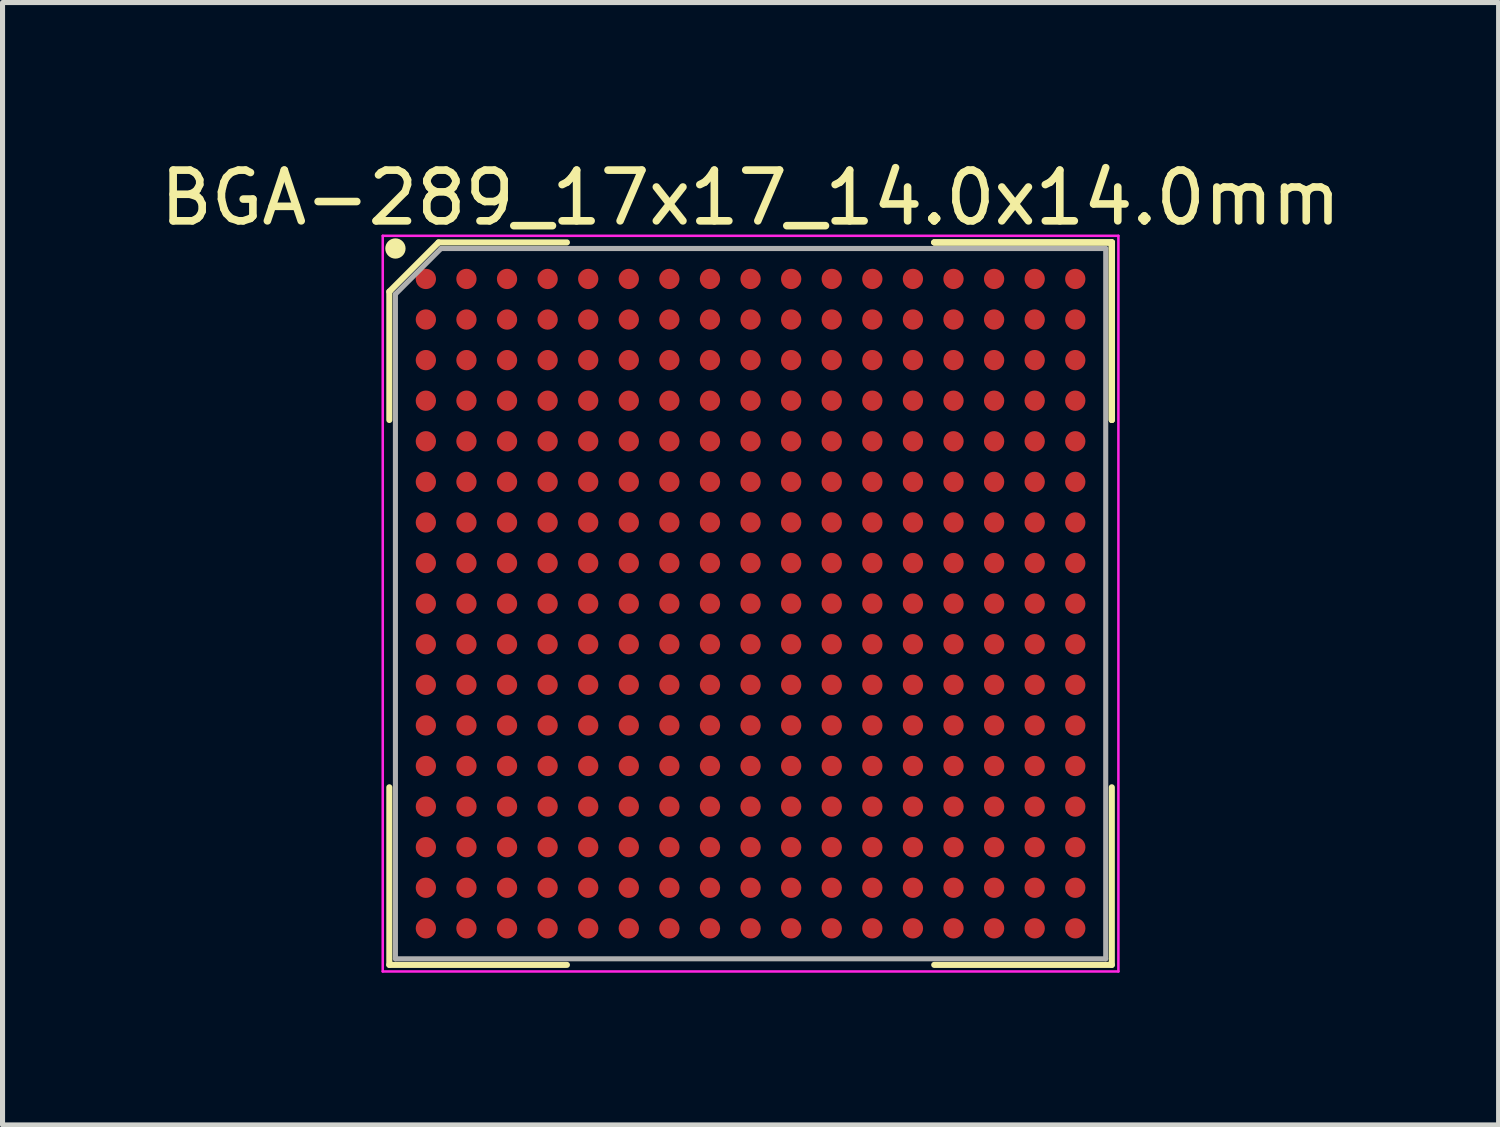
<source format=kicad_pcb>
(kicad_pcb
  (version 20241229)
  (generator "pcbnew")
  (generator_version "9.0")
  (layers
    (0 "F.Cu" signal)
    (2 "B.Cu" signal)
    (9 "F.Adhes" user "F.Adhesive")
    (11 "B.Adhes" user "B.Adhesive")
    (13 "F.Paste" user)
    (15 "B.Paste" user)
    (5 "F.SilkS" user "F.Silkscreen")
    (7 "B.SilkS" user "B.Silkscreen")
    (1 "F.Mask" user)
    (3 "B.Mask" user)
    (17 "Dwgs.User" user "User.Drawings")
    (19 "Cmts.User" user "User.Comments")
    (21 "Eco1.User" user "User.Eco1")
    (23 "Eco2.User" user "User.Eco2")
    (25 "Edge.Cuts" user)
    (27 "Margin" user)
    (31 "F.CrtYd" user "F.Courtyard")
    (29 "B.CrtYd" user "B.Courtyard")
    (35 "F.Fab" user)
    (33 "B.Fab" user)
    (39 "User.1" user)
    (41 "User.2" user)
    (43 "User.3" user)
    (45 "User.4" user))
  (footprint "BGA-289_17x17_14.0x14.0mm"
    (layer "F.Cu")
    (at 11.744 8.848)
    (property "Reference" "BGA-289_17x17_14.0x14.0mm" (at 0 -8 0) (layer "F.SilkS") (effects (font (size 1 1) (thickness 0.15))))
    (attr smd)
    (fp_line (start -7.12 -6.15) (end -7.12 -3.62) (stroke (width 0.12) (type solid)) (layer "F.SilkS"))
    (fp_line (start -7.12 7.12) (end -7.12 3.62) (stroke (width 0.12) (type solid)) (layer "F.SilkS"))
    (fp_line (start -6.15 -7.12) (end -7.12 -6.15) (stroke (width 0.12) (type solid)) (layer "F.SilkS"))
    (fp_line (start -3.62 -7.12) (end -6.15 -7.12) (stroke (width 0.12) (type solid)) (layer "F.SilkS"))
    (fp_line (start -3.62 7.12) (end -7.12 7.12) (stroke (width 0.12) (type solid)) (layer "F.SilkS"))
    (fp_line (start 3.62 -7.12) (end 7.12 -7.12) (stroke (width 0.12) (type solid)) (layer "F.SilkS"))
    (fp_line (start 3.62 -7.12) (end 7.12 -7.12) (stroke (width 0.12) (type solid)) (layer "F.SilkS"))
    (fp_line (start 3.62 -7.12) (end 7.12 -7.12) (stroke (width 0.12) (type solid)) (layer "F.SilkS"))
    (fp_line (start 3.62 7.12) (end 7.12 7.12) (stroke (width 0.12) (type solid)) (layer "F.SilkS"))
    (fp_line (start 7.12 -7.12) (end 7.12 -3.62) (stroke (width 0.12) (type solid)) (layer "F.SilkS"))
    (fp_line (start 7.12 -7.12) (end 7.12 -3.62) (stroke (width 0.12) (type solid)) (layer "F.SilkS"))
    (fp_line (start 7.12 -7.12) (end 7.12 -3.62) (stroke (width 0.12) (type solid)) (layer "F.SilkS"))
    (fp_line (start 7.12 7.12) (end 7.12 3.62) (stroke (width 0.12) (type solid)) (layer "F.SilkS"))
    (fp_circle (center -7 -7) (end -7 -6.9) (stroke (width 0.2) (type solid)) (fill no) (layer "F.SilkS"))
    (fp_line (start -7.25 -7.25) (end 7.25 -7.25) (stroke (width 0.05) (type solid)) (layer "F.CrtYd"))
    (fp_line (start -7.25 7.25) (end -7.25 -7.25) (stroke (width 0.05) (type solid)) (layer "F.CrtYd"))
    (fp_line (start 7.25 -7.25) (end 7.25 7.25) (stroke (width 0.05) (type solid)) (layer "F.CrtYd"))
    (fp_line (start 7.25 7.25) (end -7.25 7.25) (stroke (width 0.05) (type solid)) (layer "F.CrtYd"))
    (fp_line (start -7 -6.1) (end -7 7) (stroke (width 0.1) (type solid)) (layer "F.Fab"))
    (fp_line (start -7 7) (end 7 7) (stroke (width 0.1) (type solid)) (layer "F.Fab"))
    (fp_line (start -6.1 -7) (end -7 -6.1) (stroke (width 0.1) (type solid)) (layer "F.Fab"))
    (fp_line (start 7 -7) (end -6.1 -7) (stroke (width 0.1) (type solid)) (layer "F.Fab"))
    (fp_line (start 7 7) (end 7 -7) (stroke (width 0.1) (type solid)) (layer "F.Fab"))
    (pad "A1" smd circle (at -6.4 -6.4) (size 0.4 0.4) (layers "F.Cu" "F.Mask" "F.Paste"))
    (pad "A2" smd circle (at -5.6 -6.4) (size 0.4 0.4) (layers "F.Cu" "F.Mask" "F.Paste"))
    (pad "A3" smd circle (at -4.8 -6.4) (size 0.4 0.4) (layers "F.Cu" "F.Mask" "F.Paste"))
    (pad "A4" smd circle (at -4 -6.4) (size 0.4 0.4) (layers "F.Cu" "F.Mask" "F.Paste"))
    (pad "A5" smd circle (at -3.2 -6.4) (size 0.4 0.4) (layers "F.Cu" "F.Mask" "F.Paste"))
    (pad "A6" smd circle (at -2.4 -6.4) (size 0.4 0.4) (layers "F.Cu" "F.Mask" "F.Paste"))
    (pad "A7" smd circle (at -1.6 -6.4) (size 0.4 0.4) (layers "F.Cu" "F.Mask" "F.Paste"))
    (pad "A8" smd circle (at -0.8 -6.4) (size 0.4 0.4) (layers "F.Cu" "F.Mask" "F.Paste"))
    (pad "A9" smd circle (at 0 -6.4) (size 0.4 0.4) (layers "F.Cu" "F.Mask" "F.Paste"))
    (pad "A10" smd circle (at 0.8 -6.4) (size 0.4 0.4) (layers "F.Cu" "F.Mask" "F.Paste"))
    (pad "A11" smd circle (at 1.6 -6.4) (size 0.4 0.4) (layers "F.Cu" "F.Mask" "F.Paste"))
    (pad "A12" smd circle (at 2.4 -6.4) (size 0.4 0.4) (layers "F.Cu" "F.Mask" "F.Paste"))
    (pad "A13" smd circle (at 3.2 -6.4) (size 0.4 0.4) (layers "F.Cu" "F.Mask" "F.Paste"))
    (pad "A14" smd circle (at 4 -6.4) (size 0.4 0.4) (layers "F.Cu" "F.Mask" "F.Paste"))
    (pad "A15" smd circle (at 4.8 -6.4) (size 0.4 0.4) (layers "F.Cu" "F.Mask" "F.Paste"))
    (pad "A16" smd circle (at 5.6 -6.4) (size 0.4 0.4) (layers "F.Cu" "F.Mask" "F.Paste"))
    (pad "A17" smd circle (at 6.4 -6.4) (size 0.4 0.4) (layers "F.Cu" "F.Mask" "F.Paste"))
    (pad "B1" smd circle (at -6.4 -5.6) (size 0.4 0.4) (layers "F.Cu" "F.Mask" "F.Paste"))
    (pad "B2" smd circle (at -5.6 -5.6) (size 0.4 0.4) (layers "F.Cu" "F.Mask" "F.Paste"))
    (pad "B3" smd circle (at -4.8 -5.6) (size 0.4 0.4) (layers "F.Cu" "F.Mask" "F.Paste"))
    (pad "B4" smd circle (at -4 -5.6) (size 0.4 0.4) (layers "F.Cu" "F.Mask" "F.Paste"))
    (pad "B5" smd circle (at -3.2 -5.6) (size 0.4 0.4) (layers "F.Cu" "F.Mask" "F.Paste"))
    (pad "B6" smd circle (at -2.4 -5.6) (size 0.4 0.4) (layers "F.Cu" "F.Mask" "F.Paste"))
    (pad "B7" smd circle (at -1.6 -5.6) (size 0.4 0.4) (layers "F.Cu" "F.Mask" "F.Paste"))
    (pad "B8" smd circle (at -0.8 -5.6) (size 0.4 0.4) (layers "F.Cu" "F.Mask" "F.Paste"))
    (pad "B9" smd circle (at 0 -5.6) (size 0.4 0.4) (layers "F.Cu" "F.Mask" "F.Paste"))
    (pad "B10" smd circle (at 0.8 -5.6) (size 0.4 0.4) (layers "F.Cu" "F.Mask" "F.Paste"))
    (pad "B11" smd circle (at 1.6 -5.6) (size 0.4 0.4) (layers "F.Cu" "F.Mask" "F.Paste"))
    (pad "B12" smd circle (at 2.4 -5.6) (size 0.4 0.4) (layers "F.Cu" "F.Mask" "F.Paste"))
    (pad "B13" smd circle (at 3.2 -5.6) (size 0.4 0.4) (layers "F.Cu" "F.Mask" "F.Paste"))
    (pad "B14" smd circle (at 4 -5.6) (size 0.4 0.4) (layers "F.Cu" "F.Mask" "F.Paste"))
    (pad "B15" smd circle (at 4.8 -5.6) (size 0.4 0.4) (layers "F.Cu" "F.Mask" "F.Paste"))
    (pad "B16" smd circle (at 5.6 -5.6) (size 0.4 0.4) (layers "F.Cu" "F.Mask" "F.Paste"))
    (pad "B17" smd circle (at 6.4 -5.6) (size 0.4 0.4) (layers "F.Cu" "F.Mask" "F.Paste"))
    (pad "C1" smd circle (at -6.4 -4.8) (size 0.4 0.4) (layers "F.Cu" "F.Mask" "F.Paste"))
    (pad "C2" smd circle (at -5.6 -4.8) (size 0.4 0.4) (layers "F.Cu" "F.Mask" "F.Paste"))
    (pad "C3" smd circle (at -4.8 -4.8) (size 0.4 0.4) (layers "F.Cu" "F.Mask" "F.Paste"))
    (pad "C4" smd circle (at -4 -4.8) (size 0.4 0.4) (layers "F.Cu" "F.Mask" "F.Paste"))
    (pad "C5" smd circle (at -3.2 -4.8) (size 0.4 0.4) (layers "F.Cu" "F.Mask" "F.Paste"))
    (pad "C6" smd circle (at -2.4 -4.8) (size 0.4 0.4) (layers "F.Cu" "F.Mask" "F.Paste"))
    (pad "C7" smd circle (at -1.6 -4.8) (size 0.4 0.4) (layers "F.Cu" "F.Mask" "F.Paste"))
    (pad "C8" smd circle (at -0.8 -4.8) (size 0.4 0.4) (layers "F.Cu" "F.Mask" "F.Paste"))
    (pad "C9" smd circle (at 0 -4.8) (size 0.4 0.4) (layers "F.Cu" "F.Mask" "F.Paste"))
    (pad "C10" smd circle (at 0.8 -4.8) (size 0.4 0.4) (layers "F.Cu" "F.Mask" "F.Paste"))
    (pad "C11" smd circle (at 1.6 -4.8) (size 0.4 0.4) (layers "F.Cu" "F.Mask" "F.Paste"))
    (pad "C12" smd circle (at 2.4 -4.8) (size 0.4 0.4) (layers "F.Cu" "F.Mask" "F.Paste"))
    (pad "C13" smd circle (at 3.2 -4.8) (size 0.4 0.4) (layers "F.Cu" "F.Mask" "F.Paste"))
    (pad "C14" smd circle (at 4 -4.8) (size 0.4 0.4) (layers "F.Cu" "F.Mask" "F.Paste"))
    (pad "C15" smd circle (at 4.8 -4.8) (size 0.4 0.4) (layers "F.Cu" "F.Mask" "F.Paste"))
    (pad "C16" smd circle (at 5.6 -4.8) (size 0.4 0.4) (layers "F.Cu" "F.Mask" "F.Paste"))
    (pad "C17" smd circle (at 6.4 -4.8) (size 0.4 0.4) (layers "F.Cu" "F.Mask" "F.Paste"))
    (pad "D1" smd circle (at -6.4 -4) (size 0.4 0.4) (layers "F.Cu" "F.Mask" "F.Paste"))
    (pad "D2" smd circle (at -5.6 -4) (size 0.4 0.4) (layers "F.Cu" "F.Mask" "F.Paste"))
    (pad "D3" smd circle (at -4.8 -4) (size 0.4 0.4) (layers "F.Cu" "F.Mask" "F.Paste"))
    (pad "D4" smd circle (at -4 -4) (size 0.4 0.4) (layers "F.Cu" "F.Mask" "F.Paste"))
    (pad "D5" smd circle (at -3.2 -4) (size 0.4 0.4) (layers "F.Cu" "F.Mask" "F.Paste"))
    (pad "D6" smd circle (at -2.4 -4) (size 0.4 0.4) (layers "F.Cu" "F.Mask" "F.Paste"))
    (pad "D7" smd circle (at -1.6 -4) (size 0.4 0.4) (layers "F.Cu" "F.Mask" "F.Paste"))
    (pad "D8" smd circle (at -0.8 -4) (size 0.4 0.4) (layers "F.Cu" "F.Mask" "F.Paste"))
    (pad "D9" smd circle (at 0 -4) (size 0.4 0.4) (layers "F.Cu" "F.Mask" "F.Paste"))
    (pad "D10" smd circle (at 0.8 -4) (size 0.4 0.4) (layers "F.Cu" "F.Mask" "F.Paste"))
    (pad "D11" smd circle (at 1.6 -4) (size 0.4 0.4) (layers "F.Cu" "F.Mask" "F.Paste"))
    (pad "D12" smd circle (at 2.4 -4) (size 0.4 0.4) (layers "F.Cu" "F.Mask" "F.Paste"))
    (pad "D13" smd circle (at 3.2 -4) (size 0.4 0.4) (layers "F.Cu" "F.Mask" "F.Paste"))
    (pad "D14" smd circle (at 4 -4) (size 0.4 0.4) (layers "F.Cu" "F.Mask" "F.Paste"))
    (pad "D15" smd circle (at 4.8 -4) (size 0.4 0.4) (layers "F.Cu" "F.Mask" "F.Paste"))
    (pad "D16" smd circle (at 5.6 -4) (size 0.4 0.4) (layers "F.Cu" "F.Mask" "F.Paste"))
    (pad "D17" smd circle (at 6.4 -4) (size 0.4 0.4) (layers "F.Cu" "F.Mask" "F.Paste"))
    (pad "E1" smd circle (at -6.4 -3.2) (size 0.4 0.4) (layers "F.Cu" "F.Mask" "F.Paste"))
    (pad "E2" smd circle (at -5.6 -3.2) (size 0.4 0.4) (layers "F.Cu" "F.Mask" "F.Paste"))
    (pad "E3" smd circle (at -4.8 -3.2) (size 0.4 0.4) (layers "F.Cu" "F.Mask" "F.Paste"))
    (pad "E4" smd circle (at -4 -3.2) (size 0.4 0.4) (layers "F.Cu" "F.Mask" "F.Paste"))
    (pad "E5" smd circle (at -3.2 -3.2) (size 0.4 0.4) (layers "F.Cu" "F.Mask" "F.Paste"))
    (pad "E6" smd circle (at -2.4 -3.2) (size 0.4 0.4) (layers "F.Cu" "F.Mask" "F.Paste"))
    (pad "E7" smd circle (at -1.6 -3.2) (size 0.4 0.4) (layers "F.Cu" "F.Mask" "F.Paste"))
    (pad "E8" smd circle (at -0.8 -3.2) (size 0.4 0.4) (layers "F.Cu" "F.Mask" "F.Paste"))
    (pad "E9" smd circle (at 0 -3.2) (size 0.4 0.4) (layers "F.Cu" "F.Mask" "F.Paste"))
    (pad "E10" smd circle (at 0.8 -3.2) (size 0.4 0.4) (layers "F.Cu" "F.Mask" "F.Paste"))
    (pad "E11" smd circle (at 1.6 -3.2) (size 0.4 0.4) (layers "F.Cu" "F.Mask" "F.Paste"))
    (pad "E12" smd circle (at 2.4 -3.2) (size 0.4 0.4) (layers "F.Cu" "F.Mask" "F.Paste"))
    (pad "E13" smd circle (at 3.2 -3.2) (size 0.4 0.4) (layers "F.Cu" "F.Mask" "F.Paste"))
    (pad "E14" smd circle (at 4 -3.2) (size 0.4 0.4) (layers "F.Cu" "F.Mask" "F.Paste"))
    (pad "E15" smd circle (at 4.8 -3.2) (size 0.4 0.4) (layers "F.Cu" "F.Mask" "F.Paste"))
    (pad "E16" smd circle (at 5.6 -3.2) (size 0.4 0.4) (layers "F.Cu" "F.Mask" "F.Paste"))
    (pad "E17" smd circle (at 6.4 -3.2) (size 0.4 0.4) (layers "F.Cu" "F.Mask" "F.Paste"))
    (pad "F1" smd circle (at -6.4 -2.4) (size 0.4 0.4) (layers "F.Cu" "F.Mask" "F.Paste"))
    (pad "F2" smd circle (at -5.6 -2.4) (size 0.4 0.4) (layers "F.Cu" "F.Mask" "F.Paste"))
    (pad "F3" smd circle (at -4.8 -2.4) (size 0.4 0.4) (layers "F.Cu" "F.Mask" "F.Paste"))
    (pad "F4" smd circle (at -4 -2.4) (size 0.4 0.4) (layers "F.Cu" "F.Mask" "F.Paste"))
    (pad "F5" smd circle (at -3.2 -2.4) (size 0.4 0.4) (layers "F.Cu" "F.Mask" "F.Paste"))
    (pad "F6" smd circle (at -2.4 -2.4) (size 0.4 0.4) (layers "F.Cu" "F.Mask" "F.Paste"))
    (pad "F7" smd circle (at -1.6 -2.4) (size 0.4 0.4) (layers "F.Cu" "F.Mask" "F.Paste"))
    (pad "F8" smd circle (at -0.8 -2.4) (size 0.4 0.4) (layers "F.Cu" "F.Mask" "F.Paste"))
    (pad "F9" smd circle (at 0 -2.4) (size 0.4 0.4) (layers "F.Cu" "F.Mask" "F.Paste"))
    (pad "F10" smd circle (at 0.8 -2.4) (size 0.4 0.4) (layers "F.Cu" "F.Mask" "F.Paste"))
    (pad "F11" smd circle (at 1.6 -2.4) (size 0.4 0.4) (layers "F.Cu" "F.Mask" "F.Paste"))
    (pad "F12" smd circle (at 2.4 -2.4) (size 0.4 0.4) (layers "F.Cu" "F.Mask" "F.Paste"))
    (pad "F13" smd circle (at 3.2 -2.4) (size 0.4 0.4) (layers "F.Cu" "F.Mask" "F.Paste"))
    (pad "F14" smd circle (at 4 -2.4) (size 0.4 0.4) (layers "F.Cu" "F.Mask" "F.Paste"))
    (pad "F15" smd circle (at 4.8 -2.4) (size 0.4 0.4) (layers "F.Cu" "F.Mask" "F.Paste"))
    (pad "F16" smd circle (at 5.6 -2.4) (size 0.4 0.4) (layers "F.Cu" "F.Mask" "F.Paste"))
    (pad "F17" smd circle (at 6.4 -2.4) (size 0.4 0.4) (layers "F.Cu" "F.Mask" "F.Paste"))
    (pad "G1" smd circle (at -6.4 -1.6) (size 0.4 0.4) (layers "F.Cu" "F.Mask" "F.Paste"))
    (pad "G2" smd circle (at -5.6 -1.6) (size 0.4 0.4) (layers "F.Cu" "F.Mask" "F.Paste"))
    (pad "G3" smd circle (at -4.8 -1.6) (size 0.4 0.4) (layers "F.Cu" "F.Mask" "F.Paste"))
    (pad "G4" smd circle (at -4 -1.6) (size 0.4 0.4) (layers "F.Cu" "F.Mask" "F.Paste"))
    (pad "G5" smd circle (at -3.2 -1.6) (size 0.4 0.4) (layers "F.Cu" "F.Mask" "F.Paste"))
    (pad "G6" smd circle (at -2.4 -1.6) (size 0.4 0.4) (layers "F.Cu" "F.Mask" "F.Paste"))
    (pad "G7" smd circle (at -1.6 -1.6) (size 0.4 0.4) (layers "F.Cu" "F.Mask" "F.Paste"))
    (pad "G8" smd circle (at -0.8 -1.6) (size 0.4 0.4) (layers "F.Cu" "F.Mask" "F.Paste"))
    (pad "G9" smd circle (at 0 -1.6) (size 0.4 0.4) (layers "F.Cu" "F.Mask" "F.Paste"))
    (pad "G10" smd circle (at 0.8 -1.6) (size 0.4 0.4) (layers "F.Cu" "F.Mask" "F.Paste"))
    (pad "G11" smd circle (at 1.6 -1.6) (size 0.4 0.4) (layers "F.Cu" "F.Mask" "F.Paste"))
    (pad "G12" smd circle (at 2.4 -1.6) (size 0.4 0.4) (layers "F.Cu" "F.Mask" "F.Paste"))
    (pad "G13" smd circle (at 3.2 -1.6) (size 0.4 0.4) (layers "F.Cu" "F.Mask" "F.Paste"))
    (pad "G14" smd circle (at 4 -1.6) (size 0.4 0.4) (layers "F.Cu" "F.Mask" "F.Paste"))
    (pad "G15" smd circle (at 4.8 -1.6) (size 0.4 0.4) (layers "F.Cu" "F.Mask" "F.Paste"))
    (pad "G16" smd circle (at 5.6 -1.6) (size 0.4 0.4) (layers "F.Cu" "F.Mask" "F.Paste"))
    (pad "G17" smd circle (at 6.4 -1.6) (size 0.4 0.4) (layers "F.Cu" "F.Mask" "F.Paste"))
    (pad "H1" smd circle (at -6.4 -0.8) (size 0.4 0.4) (layers "F.Cu" "F.Mask" "F.Paste"))
    (pad "H2" smd circle (at -5.6 -0.8) (size 0.4 0.4) (layers "F.Cu" "F.Mask" "F.Paste"))
    (pad "H3" smd circle (at -4.8 -0.8) (size 0.4 0.4) (layers "F.Cu" "F.Mask" "F.Paste"))
    (pad "H4" smd circle (at -4 -0.8) (size 0.4 0.4) (layers "F.Cu" "F.Mask" "F.Paste"))
    (pad "H5" smd circle (at -3.2 -0.8) (size 0.4 0.4) (layers "F.Cu" "F.Mask" "F.Paste"))
    (pad "H6" smd circle (at -2.4 -0.8) (size 0.4 0.4) (layers "F.Cu" "F.Mask" "F.Paste"))
    (pad "H7" smd circle (at -1.6 -0.8) (size 0.4 0.4) (layers "F.Cu" "F.Mask" "F.Paste"))
    (pad "H8" smd circle (at -0.8 -0.8) (size 0.4 0.4) (layers "F.Cu" "F.Mask" "F.Paste"))
    (pad "H9" smd circle (at 0 -0.8) (size 0.4 0.4) (layers "F.Cu" "F.Mask" "F.Paste"))
    (pad "H10" smd circle (at 0.8 -0.8) (size 0.4 0.4) (layers "F.Cu" "F.Mask" "F.Paste"))
    (pad "H11" smd circle (at 1.6 -0.8) (size 0.4 0.4) (layers "F.Cu" "F.Mask" "F.Paste"))
    (pad "H12" smd circle (at 2.4 -0.8) (size 0.4 0.4) (layers "F.Cu" "F.Mask" "F.Paste"))
    (pad "H13" smd circle (at 3.2 -0.8) (size 0.4 0.4) (layers "F.Cu" "F.Mask" "F.Paste"))
    (pad "H14" smd circle (at 4 -0.8) (size 0.4 0.4) (layers "F.Cu" "F.Mask" "F.Paste"))
    (pad "H15" smd circle (at 4.8 -0.8) (size 0.4 0.4) (layers "F.Cu" "F.Mask" "F.Paste"))
    (pad "H16" smd circle (at 5.6 -0.8) (size 0.4 0.4) (layers "F.Cu" "F.Mask" "F.Paste"))
    (pad "H17" smd circle (at 6.4 -0.8) (size 0.4 0.4) (layers "F.Cu" "F.Mask" "F.Paste"))
    (pad "J1" smd circle (at -6.4 0) (size 0.4 0.4) (layers "F.Cu" "F.Mask" "F.Paste"))
    (pad "J2" smd circle (at -5.6 0) (size 0.4 0.4) (layers "F.Cu" "F.Mask" "F.Paste"))
    (pad "J3" smd circle (at -4.8 0) (size 0.4 0.4) (layers "F.Cu" "F.Mask" "F.Paste"))
    (pad "J4" smd circle (at -4 0) (size 0.4 0.4) (layers "F.Cu" "F.Mask" "F.Paste"))
    (pad "J5" smd circle (at -3.2 0) (size 0.4 0.4) (layers "F.Cu" "F.Mask" "F.Paste"))
    (pad "J6" smd circle (at -2.4 0) (size 0.4 0.4) (layers "F.Cu" "F.Mask" "F.Paste"))
    (pad "J7" smd circle (at -1.6 0) (size 0.4 0.4) (layers "F.Cu" "F.Mask" "F.Paste"))
    (pad "J8" smd circle (at -0.8 0) (size 0.4 0.4) (layers "F.Cu" "F.Mask" "F.Paste"))
    (pad "J9" smd circle (at 0 0) (size 0.4 0.4) (layers "F.Cu" "F.Mask" "F.Paste"))
    (pad "J10" smd circle (at 0.8 0) (size 0.4 0.4) (layers "F.Cu" "F.Mask" "F.Paste"))
    (pad "J11" smd circle (at 1.6 0) (size 0.4 0.4) (layers "F.Cu" "F.Mask" "F.Paste"))
    (pad "J12" smd circle (at 2.4 0) (size 0.4 0.4) (layers "F.Cu" "F.Mask" "F.Paste"))
    (pad "J13" smd circle (at 3.2 0) (size 0.4 0.4) (layers "F.Cu" "F.Mask" "F.Paste"))
    (pad "J14" smd circle (at 4 0) (size 0.4 0.4) (layers "F.Cu" "F.Mask" "F.Paste"))
    (pad "J15" smd circle (at 4.8 0) (size 0.4 0.4) (layers "F.Cu" "F.Mask" "F.Paste"))
    (pad "J16" smd circle (at 5.6 0) (size 0.4 0.4) (layers "F.Cu" "F.Mask" "F.Paste"))
    (pad "J17" smd circle (at 6.4 0) (size 0.4 0.4) (layers "F.Cu" "F.Mask" "F.Paste"))
    (pad "K1" smd circle (at -6.4 0.8) (size 0.4 0.4) (layers "F.Cu" "F.Mask" "F.Paste"))
    (pad "K2" smd circle (at -5.6 0.8) (size 0.4 0.4) (layers "F.Cu" "F.Mask" "F.Paste"))
    (pad "K3" smd circle (at -4.8 0.8) (size 0.4 0.4) (layers "F.Cu" "F.Mask" "F.Paste"))
    (pad "K4" smd circle (at -4 0.8) (size 0.4 0.4) (layers "F.Cu" "F.Mask" "F.Paste"))
    (pad "K5" smd circle (at -3.2 0.8) (size 0.4 0.4) (layers "F.Cu" "F.Mask" "F.Paste"))
    (pad "K6" smd circle (at -2.4 0.8) (size 0.4 0.4) (layers "F.Cu" "F.Mask" "F.Paste"))
    (pad "K7" smd circle (at -1.6 0.8) (size 0.4 0.4) (layers "F.Cu" "F.Mask" "F.Paste"))
    (pad "K8" smd circle (at -0.8 0.8) (size 0.4 0.4) (layers "F.Cu" "F.Mask" "F.Paste"))
    (pad "K9" smd circle (at 0 0.8) (size 0.4 0.4) (layers "F.Cu" "F.Mask" "F.Paste"))
    (pad "K10" smd circle (at 0.8 0.8) (size 0.4 0.4) (layers "F.Cu" "F.Mask" "F.Paste"))
    (pad "K11" smd circle (at 1.6 0.8) (size 0.4 0.4) (layers "F.Cu" "F.Mask" "F.Paste"))
    (pad "K12" smd circle (at 2.4 0.8) (size 0.4 0.4) (layers "F.Cu" "F.Mask" "F.Paste"))
    (pad "K13" smd circle (at 3.2 0.8) (size 0.4 0.4) (layers "F.Cu" "F.Mask" "F.Paste"))
    (pad "K14" smd circle (at 4 0.8) (size 0.4 0.4) (layers "F.Cu" "F.Mask" "F.Paste"))
    (pad "K15" smd circle (at 4.8 0.8) (size 0.4 0.4) (layers "F.Cu" "F.Mask" "F.Paste"))
    (pad "K16" smd circle (at 5.6 0.8) (size 0.4 0.4) (layers "F.Cu" "F.Mask" "F.Paste"))
    (pad "K17" smd circle (at 6.4 0.8) (size 0.4 0.4) (layers "F.Cu" "F.Mask" "F.Paste"))
    (pad "L1" smd circle (at -6.4 1.6) (size 0.4 0.4) (layers "F.Cu" "F.Mask" "F.Paste"))
    (pad "L2" smd circle (at -5.6 1.6) (size 0.4 0.4) (layers "F.Cu" "F.Mask" "F.Paste"))
    (pad "L3" smd circle (at -4.8 1.6) (size 0.4 0.4) (layers "F.Cu" "F.Mask" "F.Paste"))
    (pad "L4" smd circle (at -4 1.6) (size 0.4 0.4) (layers "F.Cu" "F.Mask" "F.Paste"))
    (pad "L5" smd circle (at -3.2 1.6) (size 0.4 0.4) (layers "F.Cu" "F.Mask" "F.Paste"))
    (pad "L6" smd circle (at -2.4 1.6) (size 0.4 0.4) (layers "F.Cu" "F.Mask" "F.Paste"))
    (pad "L7" smd circle (at -1.6 1.6) (size 0.4 0.4) (layers "F.Cu" "F.Mask" "F.Paste"))
    (pad "L8" smd circle (at -0.8 1.6) (size 0.4 0.4) (layers "F.Cu" "F.Mask" "F.Paste"))
    (pad "L9" smd circle (at 0 1.6) (size 0.4 0.4) (layers "F.Cu" "F.Mask" "F.Paste"))
    (pad "L10" smd circle (at 0.8 1.6) (size 0.4 0.4) (layers "F.Cu" "F.Mask" "F.Paste"))
    (pad "L11" smd circle (at 1.6 1.6) (size 0.4 0.4) (layers "F.Cu" "F.Mask" "F.Paste"))
    (pad "L12" smd circle (at 2.4 1.6) (size 0.4 0.4) (layers "F.Cu" "F.Mask" "F.Paste"))
    (pad "L13" smd circle (at 3.2 1.6) (size 0.4 0.4) (layers "F.Cu" "F.Mask" "F.Paste"))
    (pad "L14" smd circle (at 4 1.6) (size 0.4 0.4) (layers "F.Cu" "F.Mask" "F.Paste"))
    (pad "L15" smd circle (at 4.8 1.6) (size 0.4 0.4) (layers "F.Cu" "F.Mask" "F.Paste"))
    (pad "L16" smd circle (at 5.6 1.6) (size 0.4 0.4) (layers "F.Cu" "F.Mask" "F.Paste"))
    (pad "L17" smd circle (at 6.4 1.6) (size 0.4 0.4) (layers "F.Cu" "F.Mask" "F.Paste"))
    (pad "M1" smd circle (at -6.4 2.4) (size 0.4 0.4) (layers "F.Cu" "F.Mask" "F.Paste"))
    (pad "M2" smd circle (at -5.6 2.4) (size 0.4 0.4) (layers "F.Cu" "F.Mask" "F.Paste"))
    (pad "M3" smd circle (at -4.8 2.4) (size 0.4 0.4) (layers "F.Cu" "F.Mask" "F.Paste"))
    (pad "M4" smd circle (at -4 2.4) (size 0.4 0.4) (layers "F.Cu" "F.Mask" "F.Paste"))
    (pad "M5" smd circle (at -3.2 2.4) (size 0.4 0.4) (layers "F.Cu" "F.Mask" "F.Paste"))
    (pad "M6" smd circle (at -2.4 2.4) (size 0.4 0.4) (layers "F.Cu" "F.Mask" "F.Paste"))
    (pad "M7" smd circle (at -1.6 2.4) (size 0.4 0.4) (layers "F.Cu" "F.Mask" "F.Paste"))
    (pad "M8" smd circle (at -0.8 2.4) (size 0.4 0.4) (layers "F.Cu" "F.Mask" "F.Paste"))
    (pad "M9" smd circle (at 0 2.4) (size 0.4 0.4) (layers "F.Cu" "F.Mask" "F.Paste"))
    (pad "M10" smd circle (at 0.8 2.4) (size 0.4 0.4) (layers "F.Cu" "F.Mask" "F.Paste"))
    (pad "M11" smd circle (at 1.6 2.4) (size 0.4 0.4) (layers "F.Cu" "F.Mask" "F.Paste"))
    (pad "M12" smd circle (at 2.4 2.4) (size 0.4 0.4) (layers "F.Cu" "F.Mask" "F.Paste"))
    (pad "M13" smd circle (at 3.2 2.4) (size 0.4 0.4) (layers "F.Cu" "F.Mask" "F.Paste"))
    (pad "M14" smd circle (at 4 2.4) (size 0.4 0.4) (layers "F.Cu" "F.Mask" "F.Paste"))
    (pad "M15" smd circle (at 4.8 2.4) (size 0.4 0.4) (layers "F.Cu" "F.Mask" "F.Paste"))
    (pad "M16" smd circle (at 5.6 2.4) (size 0.4 0.4) (layers "F.Cu" "F.Mask" "F.Paste"))
    (pad "M17" smd circle (at 6.4 2.4) (size 0.4 0.4) (layers "F.Cu" "F.Mask" "F.Paste"))
    (pad "N1" smd circle (at -6.4 3.2) (size 0.4 0.4) (layers "F.Cu" "F.Mask" "F.Paste"))
    (pad "N2" smd circle (at -5.6 3.2) (size 0.4 0.4) (layers "F.Cu" "F.Mask" "F.Paste"))
    (pad "N3" smd circle (at -4.8 3.2) (size 0.4 0.4) (layers "F.Cu" "F.Mask" "F.Paste"))
    (pad "N4" smd circle (at -4 3.2) (size 0.4 0.4) (layers "F.Cu" "F.Mask" "F.Paste"))
    (pad "N5" smd circle (at -3.2 3.2) (size 0.4 0.4) (layers "F.Cu" "F.Mask" "F.Paste"))
    (pad "N6" smd circle (at -2.4 3.2) (size 0.4 0.4) (layers "F.Cu" "F.Mask" "F.Paste"))
    (pad "N7" smd circle (at -1.6 3.2) (size 0.4 0.4) (layers "F.Cu" "F.Mask" "F.Paste"))
    (pad "N8" smd circle (at -0.8 3.2) (size 0.4 0.4) (layers "F.Cu" "F.Mask" "F.Paste"))
    (pad "N9" smd circle (at 0 3.2) (size 0.4 0.4) (layers "F.Cu" "F.Mask" "F.Paste"))
    (pad "N10" smd circle (at 0.8 3.2) (size 0.4 0.4) (layers "F.Cu" "F.Mask" "F.Paste"))
    (pad "N11" smd circle (at 1.6 3.2) (size 0.4 0.4) (layers "F.Cu" "F.Mask" "F.Paste"))
    (pad "N12" smd circle (at 2.4 3.2) (size 0.4 0.4) (layers "F.Cu" "F.Mask" "F.Paste"))
    (pad "N13" smd circle (at 3.2 3.2) (size 0.4 0.4) (layers "F.Cu" "F.Mask" "F.Paste"))
    (pad "N14" smd circle (at 4 3.2) (size 0.4 0.4) (layers "F.Cu" "F.Mask" "F.Paste"))
    (pad "N15" smd circle (at 4.8 3.2) (size 0.4 0.4) (layers "F.Cu" "F.Mask" "F.Paste"))
    (pad "N16" smd circle (at 5.6 3.2) (size 0.4 0.4) (layers "F.Cu" "F.Mask" "F.Paste"))
    (pad "N17" smd circle (at 6.4 3.2) (size 0.4 0.4) (layers "F.Cu" "F.Mask" "F.Paste"))
    (pad "P1" smd circle (at -6.4 4) (size 0.4 0.4) (layers "F.Cu" "F.Mask" "F.Paste"))
    (pad "P2" smd circle (at -5.6 4) (size 0.4 0.4) (layers "F.Cu" "F.Mask" "F.Paste"))
    (pad "P3" smd circle (at -4.8 4) (size 0.4 0.4) (layers "F.Cu" "F.Mask" "F.Paste"))
    (pad "P4" smd circle (at -4 4) (size 0.4 0.4) (layers "F.Cu" "F.Mask" "F.Paste"))
    (pad "P5" smd circle (at -3.2 4) (size 0.4 0.4) (layers "F.Cu" "F.Mask" "F.Paste"))
    (pad "P6" smd circle (at -2.4 4) (size 0.4 0.4) (layers "F.Cu" "F.Mask" "F.Paste"))
    (pad "P7" smd circle (at -1.6 4) (size 0.4 0.4) (layers "F.Cu" "F.Mask" "F.Paste"))
    (pad "P8" smd circle (at -0.8 4) (size 0.4 0.4) (layers "F.Cu" "F.Mask" "F.Paste"))
    (pad "P9" smd circle (at 0 4) (size 0.4 0.4) (layers "F.Cu" "F.Mask" "F.Paste"))
    (pad "P10" smd circle (at 0.8 4) (size 0.4 0.4) (layers "F.Cu" "F.Mask" "F.Paste"))
    (pad "P11" smd circle (at 1.6 4) (size 0.4 0.4) (layers "F.Cu" "F.Mask" "F.Paste"))
    (pad "P12" smd circle (at 2.4 4) (size 0.4 0.4) (layers "F.Cu" "F.Mask" "F.Paste"))
    (pad "P13" smd circle (at 3.2 4) (size 0.4 0.4) (layers "F.Cu" "F.Mask" "F.Paste"))
    (pad "P14" smd circle (at 4 4) (size 0.4 0.4) (layers "F.Cu" "F.Mask" "F.Paste"))
    (pad "P15" smd circle (at 4.8 4) (size 0.4 0.4) (layers "F.Cu" "F.Mask" "F.Paste"))
    (pad "P16" smd circle (at 5.6 4) (size 0.4 0.4) (layers "F.Cu" "F.Mask" "F.Paste"))
    (pad "P17" smd circle (at 6.4 4) (size 0.4 0.4) (layers "F.Cu" "F.Mask" "F.Paste"))
    (pad "R1" smd circle (at -6.4 4.8) (size 0.4 0.4) (layers "F.Cu" "F.Mask" "F.Paste"))
    (pad "R2" smd circle (at -5.6 4.8) (size 0.4 0.4) (layers "F.Cu" "F.Mask" "F.Paste"))
    (pad "R3" smd circle (at -4.8 4.8) (size 0.4 0.4) (layers "F.Cu" "F.Mask" "F.Paste"))
    (pad "R4" smd circle (at -4 4.8) (size 0.4 0.4) (layers "F.Cu" "F.Mask" "F.Paste"))
    (pad "R5" smd circle (at -3.2 4.8) (size 0.4 0.4) (layers "F.Cu" "F.Mask" "F.Paste"))
    (pad "R6" smd circle (at -2.4 4.8) (size 0.4 0.4) (layers "F.Cu" "F.Mask" "F.Paste"))
    (pad "R7" smd circle (at -1.6 4.8) (size 0.4 0.4) (layers "F.Cu" "F.Mask" "F.Paste"))
    (pad "R8" smd circle (at -0.8 4.8) (size 0.4 0.4) (layers "F.Cu" "F.Mask" "F.Paste"))
    (pad "R9" smd circle (at 0 4.8) (size 0.4 0.4) (layers "F.Cu" "F.Mask" "F.Paste"))
    (pad "R10" smd circle (at 0.8 4.8) (size 0.4 0.4) (layers "F.Cu" "F.Mask" "F.Paste"))
    (pad "R11" smd circle (at 1.6 4.8) (size 0.4 0.4) (layers "F.Cu" "F.Mask" "F.Paste"))
    (pad "R12" smd circle (at 2.4 4.8) (size 0.4 0.4) (layers "F.Cu" "F.Mask" "F.Paste"))
    (pad "R13" smd circle (at 3.2 4.8) (size 0.4 0.4) (layers "F.Cu" "F.Mask" "F.Paste"))
    (pad "R14" smd circle (at 4 4.8) (size 0.4 0.4) (layers "F.Cu" "F.Mask" "F.Paste"))
    (pad "R15" smd circle (at 4.8 4.8) (size 0.4 0.4) (layers "F.Cu" "F.Mask" "F.Paste"))
    (pad "R16" smd circle (at 5.6 4.8) (size 0.4 0.4) (layers "F.Cu" "F.Mask" "F.Paste"))
    (pad "R17" smd circle (at 6.4 4.8) (size 0.4 0.4) (layers "F.Cu" "F.Mask" "F.Paste"))
    (pad "T1" smd circle (at -6.4 5.6) (size 0.4 0.4) (layers "F.Cu" "F.Mask" "F.Paste"))
    (pad "T2" smd circle (at -5.6 5.6) (size 0.4 0.4) (layers "F.Cu" "F.Mask" "F.Paste"))
    (pad "T3" smd circle (at -4.8 5.6) (size 0.4 0.4) (layers "F.Cu" "F.Mask" "F.Paste"))
    (pad "T4" smd circle (at -4 5.6) (size 0.4 0.4) (layers "F.Cu" "F.Mask" "F.Paste"))
    (pad "T5" smd circle (at -3.2 5.6) (size 0.4 0.4) (layers "F.Cu" "F.Mask" "F.Paste"))
    (pad "T6" smd circle (at -2.4 5.6) (size 0.4 0.4) (layers "F.Cu" "F.Mask" "F.Paste"))
    (pad "T7" smd circle (at -1.6 5.6) (size 0.4 0.4) (layers "F.Cu" "F.Mask" "F.Paste"))
    (pad "T8" smd circle (at -0.8 5.6) (size 0.4 0.4) (layers "F.Cu" "F.Mask" "F.Paste"))
    (pad "T9" smd circle (at 0 5.6) (size 0.4 0.4) (layers "F.Cu" "F.Mask" "F.Paste"))
    (pad "T10" smd circle (at 0.8 5.6) (size 0.4 0.4) (layers "F.Cu" "F.Mask" "F.Paste"))
    (pad "T11" smd circle (at 1.6 5.6) (size 0.4 0.4) (layers "F.Cu" "F.Mask" "F.Paste"))
    (pad "T12" smd circle (at 2.4 5.6) (size 0.4 0.4) (layers "F.Cu" "F.Mask" "F.Paste"))
    (pad "T13" smd circle (at 3.2 5.6) (size 0.4 0.4) (layers "F.Cu" "F.Mask" "F.Paste"))
    (pad "T14" smd circle (at 4 5.6) (size 0.4 0.4) (layers "F.Cu" "F.Mask" "F.Paste"))
    (pad "T15" smd circle (at 4.8 5.6) (size 0.4 0.4) (layers "F.Cu" "F.Mask" "F.Paste"))
    (pad "T16" smd circle (at 5.6 5.6) (size 0.4 0.4) (layers "F.Cu" "F.Mask" "F.Paste"))
    (pad "T17" smd circle (at 6.4 5.6) (size 0.4 0.4) (layers "F.Cu" "F.Mask" "F.Paste"))
    (pad "U1" smd circle (at -6.4 6.4) (size 0.4 0.4) (layers "F.Cu" "F.Mask" "F.Paste"))
    (pad "U2" smd circle (at -5.6 6.4) (size 0.4 0.4) (layers "F.Cu" "F.Mask" "F.Paste"))
    (pad "U3" smd circle (at -4.8 6.4) (size 0.4 0.4) (layers "F.Cu" "F.Mask" "F.Paste"))
    (pad "U4" smd circle (at -4 6.4) (size 0.4 0.4) (layers "F.Cu" "F.Mask" "F.Paste"))
    (pad "U5" smd circle (at -3.2 6.4) (size 0.4 0.4) (layers "F.Cu" "F.Mask" "F.Paste"))
    (pad "U6" smd circle (at -2.4 6.4) (size 0.4 0.4) (layers "F.Cu" "F.Mask" "F.Paste"))
    (pad "U7" smd circle (at -1.6 6.4) (size 0.4 0.4) (layers "F.Cu" "F.Mask" "F.Paste"))
    (pad "U8" smd circle (at -0.8 6.4) (size 0.4 0.4) (layers "F.Cu" "F.Mask" "F.Paste"))
    (pad "U9" smd circle (at 0 6.4) (size 0.4 0.4) (layers "F.Cu" "F.Mask" "F.Paste"))
    (pad "U10" smd circle (at 0.8 6.4) (size 0.4 0.4) (layers "F.Cu" "F.Mask" "F.Paste"))
    (pad "U11" smd circle (at 1.6 6.4) (size 0.4 0.4) (layers "F.Cu" "F.Mask" "F.Paste"))
    (pad "U12" smd circle (at 2.4 6.4) (size 0.4 0.4) (layers "F.Cu" "F.Mask" "F.Paste"))
    (pad "U13" smd circle (at 3.2 6.4) (size 0.4 0.4) (layers "F.Cu" "F.Mask" "F.Paste"))
    (pad "U14" smd circle (at 4 6.4) (size 0.4 0.4) (layers "F.Cu" "F.Mask" "F.Paste"))
    (pad "U15" smd circle (at 4.8 6.4) (size 0.4 0.4) (layers "F.Cu" "F.Mask" "F.Paste"))
    (pad "U16" smd circle (at 5.6 6.4) (size 0.4 0.4) (layers "F.Cu" "F.Mask" "F.Paste"))
    (pad "U17" smd circle (at 6.4 6.4) (size 0.4 0.4) (layers "F.Cu" "F.Mask" "F.Paste")))
  (gr_rect
    (start -3 -3)
    (end 26.488 19.123)
    (stroke (width 0.1) (type default))
    (fill no)
    (layer "Edge.Cuts")))
</source>
